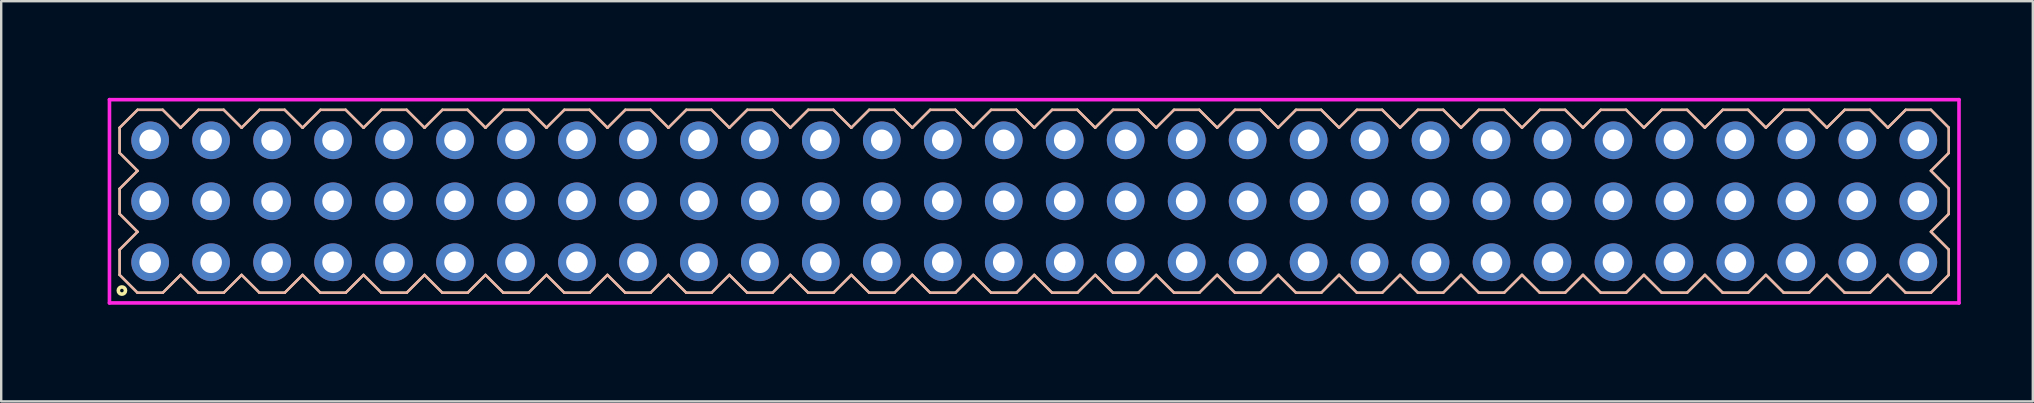
<source format=kicad_pcb>
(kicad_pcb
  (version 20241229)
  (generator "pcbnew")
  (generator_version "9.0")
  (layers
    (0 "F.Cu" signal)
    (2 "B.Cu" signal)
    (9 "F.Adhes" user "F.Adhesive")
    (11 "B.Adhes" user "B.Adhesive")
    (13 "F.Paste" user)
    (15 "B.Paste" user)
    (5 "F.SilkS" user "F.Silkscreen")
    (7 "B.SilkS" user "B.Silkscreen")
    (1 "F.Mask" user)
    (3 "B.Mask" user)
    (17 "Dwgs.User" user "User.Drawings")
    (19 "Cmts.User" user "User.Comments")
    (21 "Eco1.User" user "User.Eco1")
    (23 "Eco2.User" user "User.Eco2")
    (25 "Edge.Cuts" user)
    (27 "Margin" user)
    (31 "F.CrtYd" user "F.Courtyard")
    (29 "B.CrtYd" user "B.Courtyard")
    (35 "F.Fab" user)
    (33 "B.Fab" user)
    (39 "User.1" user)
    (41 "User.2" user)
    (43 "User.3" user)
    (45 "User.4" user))
  (footprint "HDR254P30x3"
    (layer "F.Cu")
    (at 40.035 5.336)
    (property "Reference" "HDR254P30x3" (at -39.275 0 90) (layer "User.1") (effects (font (size 1 1) (thickness 0.1))))
    (attr through_hole)
    (fp_line (start -38.1 -3.066) (end -37.356 -3.81) (stroke (width 0.1) (type solid)) (layer "F.SilkS"))
    (fp_line (start -38.1 -2.014) (end -38.1 -3.066) (stroke (width 0.1) (type solid)) (layer "F.SilkS"))
    (fp_line (start -38.1 -0.526) (end -37.356 -1.27) (stroke (width 0.1) (type solid)) (layer "F.SilkS"))
    (fp_line (start -38.1 0.526) (end -38.1 -0.526) (stroke (width 0.1) (type solid)) (layer "F.SilkS"))
    (fp_line (start -38.1 2.014) (end -37.356 1.27) (stroke (width 0.1) (type solid)) (layer "F.SilkS"))
    (fp_line (start -38.1 3.066) (end -38.1 2.014) (stroke (width 0.1) (type solid)) (layer "F.SilkS"))
    (fp_line (start -37.356 -3.81) (end -36.304 -3.81) (stroke (width 0.1) (type solid)) (layer "F.SilkS"))
    (fp_line (start -37.356 -1.27) (end -38.1 -2.014) (stroke (width 0.1) (type solid)) (layer "F.SilkS"))
    (fp_line (start -37.356 1.27) (end -38.1 0.526) (stroke (width 0.1) (type solid)) (layer "F.SilkS"))
    (fp_line (start -37.356 3.81) (end -38.1 3.066) (stroke (width 0.1) (type solid)) (layer "F.SilkS"))
    (fp_line (start -36.304 -3.81) (end -35.56 -3.066) (stroke (width 0.1) (type solid)) (layer "F.SilkS"))
    (fp_line (start -36.304 3.81) (end -37.356 3.81) (stroke (width 0.1) (type solid)) (layer "F.SilkS"))
    (fp_line (start -35.56 -3.066) (end -34.816 -3.81) (stroke (width 0.1) (type solid)) (layer "F.SilkS"))
    (fp_line (start -35.56 3.066) (end -36.304 3.81) (stroke (width 0.1) (type solid)) (layer "F.SilkS"))
    (fp_line (start -34.816 -3.81) (end -33.764 -3.81) (stroke (width 0.1) (type solid)) (layer "F.SilkS"))
    (fp_line (start -34.816 3.81) (end -35.56 3.066) (stroke (width 0.1) (type solid)) (layer "F.SilkS"))
    (fp_line (start -33.764 -3.81) (end -33.02 -3.066) (stroke (width 0.1) (type solid)) (layer "F.SilkS"))
    (fp_line (start -33.764 3.81) (end -34.816 3.81) (stroke (width 0.1) (type solid)) (layer "F.SilkS"))
    (fp_line (start -33.02 -3.066) (end -32.276 -3.81) (stroke (width 0.1) (type solid)) (layer "F.SilkS"))
    (fp_line (start -33.02 3.066) (end -33.764 3.81) (stroke (width 0.1) (type solid)) (layer "F.SilkS"))
    (fp_line (start -32.276 -3.81) (end -31.224 -3.81) (stroke (width 0.1) (type solid)) (layer "F.SilkS"))
    (fp_line (start -32.276 3.81) (end -33.02 3.066) (stroke (width 0.1) (type solid)) (layer "F.SilkS"))
    (fp_line (start -31.224 -3.81) (end -30.48 -3.066) (stroke (width 0.1) (type solid)) (layer "F.SilkS"))
    (fp_line (start -31.224 3.81) (end -32.276 3.81) (stroke (width 0.1) (type solid)) (layer "F.SilkS"))
    (fp_line (start -30.48 -3.066) (end -29.736 -3.81) (stroke (width 0.1) (type solid)) (layer "F.SilkS"))
    (fp_line (start -30.48 3.066) (end -31.224 3.81) (stroke (width 0.1) (type solid)) (layer "F.SilkS"))
    (fp_line (start -29.736 -3.81) (end -28.684 -3.81) (stroke (width 0.1) (type solid)) (layer "F.SilkS"))
    (fp_line (start -29.736 3.81) (end -30.48 3.066) (stroke (width 0.1) (type solid)) (layer "F.SilkS"))
    (fp_line (start -28.684 -3.81) (end -27.94 -3.066) (stroke (width 0.1) (type solid)) (layer "F.SilkS"))
    (fp_line (start -28.684 3.81) (end -29.736 3.81) (stroke (width 0.1) (type solid)) (layer "F.SilkS"))
    (fp_line (start -27.94 -3.066) (end -27.196 -3.81) (stroke (width 0.1) (type solid)) (layer "F.SilkS"))
    (fp_line (start -27.94 3.066) (end -28.684 3.81) (stroke (width 0.1) (type solid)) (layer "F.SilkS"))
    (fp_line (start -27.196 -3.81) (end -26.144 -3.81) (stroke (width 0.1) (type solid)) (layer "F.SilkS"))
    (fp_line (start -27.196 3.81) (end -27.94 3.066) (stroke (width 0.1) (type solid)) (layer "F.SilkS"))
    (fp_line (start -26.144 -3.81) (end -25.4 -3.066) (stroke (width 0.1) (type solid)) (layer "F.SilkS"))
    (fp_line (start -26.144 3.81) (end -27.196 3.81) (stroke (width 0.1) (type solid)) (layer "F.SilkS"))
    (fp_line (start -25.4 -3.066) (end -24.656 -3.81) (stroke (width 0.1) (type solid)) (layer "F.SilkS"))
    (fp_line (start -25.4 3.066) (end -26.144 3.81) (stroke (width 0.1) (type solid)) (layer "F.SilkS"))
    (fp_line (start -24.656 -3.81) (end -23.604 -3.81) (stroke (width 0.1) (type solid)) (layer "F.SilkS"))
    (fp_line (start -24.656 3.81) (end -25.4 3.066) (stroke (width 0.1) (type solid)) (layer "F.SilkS"))
    (fp_line (start -23.604 -3.81) (end -22.86 -3.066) (stroke (width 0.1) (type solid)) (layer "F.SilkS"))
    (fp_line (start -23.604 3.81) (end -24.656 3.81) (stroke (width 0.1) (type solid)) (layer "F.SilkS"))
    (fp_line (start -22.86 -3.066) (end -22.116 -3.81) (stroke (width 0.1) (type solid)) (layer "F.SilkS"))
    (fp_line (start -22.86 3.066) (end -23.604 3.81) (stroke (width 0.1) (type solid)) (layer "F.SilkS"))
    (fp_line (start -22.116 -3.81) (end -21.064 -3.81) (stroke (width 0.1) (type solid)) (layer "F.SilkS"))
    (fp_line (start -22.116 3.81) (end -22.86 3.066) (stroke (width 0.1) (type solid)) (layer "F.SilkS"))
    (fp_line (start -21.064 -3.81) (end -20.32 -3.066) (stroke (width 0.1) (type solid)) (layer "F.SilkS"))
    (fp_line (start -21.064 3.81) (end -22.116 3.81) (stroke (width 0.1) (type solid)) (layer "F.SilkS"))
    (fp_line (start -20.32 -3.066) (end -19.576 -3.81) (stroke (width 0.1) (type solid)) (layer "F.SilkS"))
    (fp_line (start -20.32 3.066) (end -21.064 3.81) (stroke (width 0.1) (type solid)) (layer "F.SilkS"))
    (fp_line (start -19.576 -3.81) (end -18.524 -3.81) (stroke (width 0.1) (type solid)) (layer "F.SilkS"))
    (fp_line (start -19.576 3.81) (end -20.32 3.066) (stroke (width 0.1) (type solid)) (layer "F.SilkS"))
    (fp_line (start -18.524 -3.81) (end -17.78 -3.066) (stroke (width 0.1) (type solid)) (layer "F.SilkS"))
    (fp_line (start -18.524 3.81) (end -19.576 3.81) (stroke (width 0.1) (type solid)) (layer "F.SilkS"))
    (fp_line (start -17.78 -3.066) (end -17.036 -3.81) (stroke (width 0.1) (type solid)) (layer "F.SilkS"))
    (fp_line (start -17.78 3.066) (end -18.524 3.81) (stroke (width 0.1) (type solid)) (layer "F.SilkS"))
    (fp_line (start -17.036 -3.81) (end -15.984 -3.81) (stroke (width 0.1) (type solid)) (layer "F.SilkS"))
    (fp_line (start -17.036 3.81) (end -17.78 3.066) (stroke (width 0.1) (type solid)) (layer "F.SilkS"))
    (fp_line (start -15.984 -3.81) (end -15.24 -3.066) (stroke (width 0.1) (type solid)) (layer "F.SilkS"))
    (fp_line (start -15.984 3.81) (end -17.036 3.81) (stroke (width 0.1) (type solid)) (layer "F.SilkS"))
    (fp_line (start -15.24 -3.066) (end -14.496 -3.81) (stroke (width 0.1) (type solid)) (layer "F.SilkS"))
    (fp_line (start -15.24 3.066) (end -15.984 3.81) (stroke (width 0.1) (type solid)) (layer "F.SilkS"))
    (fp_line (start -14.496 -3.81) (end -13.444 -3.81) (stroke (width 0.1) (type solid)) (layer "F.SilkS"))
    (fp_line (start -14.496 3.81) (end -15.24 3.066) (stroke (width 0.1) (type solid)) (layer "F.SilkS"))
    (fp_line (start -13.444 -3.81) (end -12.7 -3.066) (stroke (width 0.1) (type solid)) (layer "F.SilkS"))
    (fp_line (start -13.444 3.81) (end -14.496 3.81) (stroke (width 0.1) (type solid)) (layer "F.SilkS"))
    (fp_line (start -12.7 -3.066) (end -11.956 -3.81) (stroke (width 0.1) (type solid)) (layer "F.SilkS"))
    (fp_line (start -12.7 3.066) (end -13.444 3.81) (stroke (width 0.1) (type solid)) (layer "F.SilkS"))
    (fp_line (start -11.956 -3.81) (end -10.904 -3.81) (stroke (width 0.1) (type solid)) (layer "F.SilkS"))
    (fp_line (start -11.956 3.81) (end -12.7 3.066) (stroke (width 0.1) (type solid)) (layer "F.SilkS"))
    (fp_line (start -10.904 -3.81) (end -10.16 -3.066) (stroke (width 0.1) (type solid)) (layer "F.SilkS"))
    (fp_line (start -10.904 3.81) (end -11.956 3.81) (stroke (width 0.1) (type solid)) (layer "F.SilkS"))
    (fp_line (start -10.16 -3.066) (end -9.416 -3.81) (stroke (width 0.1) (type solid)) (layer "F.SilkS"))
    (fp_line (start -10.16 3.066) (end -10.904 3.81) (stroke (width 0.1) (type solid)) (layer "F.SilkS"))
    (fp_line (start -9.416 -3.81) (end -8.364 -3.81) (stroke (width 0.1) (type solid)) (layer "F.SilkS"))
    (fp_line (start -9.416 3.81) (end -10.16 3.066) (stroke (width 0.1) (type solid)) (layer "F.SilkS"))
    (fp_line (start -8.364 -3.81) (end -7.62 -3.066) (stroke (width 0.1) (type solid)) (layer "F.SilkS"))
    (fp_line (start -8.364 3.81) (end -9.416 3.81) (stroke (width 0.1) (type solid)) (layer "F.SilkS"))
    (fp_line (start -7.62 -3.066) (end -6.876 -3.81) (stroke (width 0.1) (type solid)) (layer "F.SilkS"))
    (fp_line (start -7.62 3.066) (end -8.364 3.81) (stroke (width 0.1) (type solid)) (layer "F.SilkS"))
    (fp_line (start -6.876 -3.81) (end -5.824 -3.81) (stroke (width 0.1) (type solid)) (layer "F.SilkS"))
    (fp_line (start -6.876 3.81) (end -7.62 3.066) (stroke (width 0.1) (type solid)) (layer "F.SilkS"))
    (fp_line (start -5.824 -3.81) (end -5.08 -3.066) (stroke (width 0.1) (type solid)) (layer "F.SilkS"))
    (fp_line (start -5.824 3.81) (end -6.876 3.81) (stroke (width 0.1) (type solid)) (layer "F.SilkS"))
    (fp_line (start -5.08 -3.066) (end -4.336 -3.81) (stroke (width 0.1) (type solid)) (layer "F.SilkS"))
    (fp_line (start -5.08 3.066) (end -5.824 3.81) (stroke (width 0.1) (type solid)) (layer "F.SilkS"))
    (fp_line (start -4.336 -3.81) (end -3.284 -3.81) (stroke (width 0.1) (type solid)) (layer "F.SilkS"))
    (fp_line (start -4.336 3.81) (end -5.08 3.066) (stroke (width 0.1) (type solid)) (layer "F.SilkS"))
    (fp_line (start -3.284 -3.81) (end -2.54 -3.066) (stroke (width 0.1) (type solid)) (layer "F.SilkS"))
    (fp_line (start -3.284 3.81) (end -4.336 3.81) (stroke (width 0.1) (type solid)) (layer "F.SilkS"))
    (fp_line (start -2.54 -3.066) (end -1.796 -3.81) (stroke (width 0.1) (type solid)) (layer "F.SilkS"))
    (fp_line (start -2.54 3.066) (end -3.284 3.81) (stroke (width 0.1) (type solid)) (layer "F.SilkS"))
    (fp_line (start -1.796 -3.81) (end -0.744 -3.81) (stroke (width 0.1) (type solid)) (layer "F.SilkS"))
    (fp_line (start -1.796 3.81) (end -2.54 3.066) (stroke (width 0.1) (type solid)) (layer "F.SilkS"))
    (fp_line (start -0.744 -3.81) (end 0 -3.066) (stroke (width 0.1) (type solid)) (layer "F.SilkS"))
    (fp_line (start -0.744 3.81) (end -1.796 3.81) (stroke (width 0.1) (type solid)) (layer "F.SilkS"))
    (fp_line (start 0 -3.066) (end 0.744 -3.81) (stroke (width 0.1) (type solid)) (layer "F.SilkS"))
    (fp_line (start 0 3.066) (end -0.744 3.81) (stroke (width 0.1) (type solid)) (layer "F.SilkS"))
    (fp_line (start 0.744 -3.81) (end 1.796 -3.81) (stroke (width 0.1) (type solid)) (layer "F.SilkS"))
    (fp_line (start 0.744 3.81) (end 0 3.066) (stroke (width 0.1) (type solid)) (layer "F.SilkS"))
    (fp_line (start 1.796 -3.81) (end 2.54 -3.066) (stroke (width 0.1) (type solid)) (layer "F.SilkS"))
    (fp_line (start 1.796 3.81) (end 0.744 3.81) (stroke (width 0.1) (type solid)) (layer "F.SilkS"))
    (fp_line (start 2.54 -3.066) (end 3.284 -3.81) (stroke (width 0.1) (type solid)) (layer "F.SilkS"))
    (fp_line (start 2.54 3.066) (end 1.796 3.81) (stroke (width 0.1) (type solid)) (layer "F.SilkS"))
    (fp_line (start 3.284 -3.81) (end 4.336 -3.81) (stroke (width 0.1) (type solid)) (layer "F.SilkS"))
    (fp_line (start 3.284 3.81) (end 2.54 3.066) (stroke (width 0.1) (type solid)) (layer "F.SilkS"))
    (fp_line (start 4.336 -3.81) (end 5.08 -3.066) (stroke (width 0.1) (type solid)) (layer "F.SilkS"))
    (fp_line (start 4.336 3.81) (end 3.284 3.81) (stroke (width 0.1) (type solid)) (layer "F.SilkS"))
    (fp_line (start 5.08 -3.066) (end 5.824 -3.81) (stroke (width 0.1) (type solid)) (layer "F.SilkS"))
    (fp_line (start 5.08 3.066) (end 4.336 3.81) (stroke (width 0.1) (type solid)) (layer "F.SilkS"))
    (fp_line (start 5.824 -3.81) (end 6.876 -3.81) (stroke (width 0.1) (type solid)) (layer "F.SilkS"))
    (fp_line (start 5.824 3.81) (end 5.08 3.066) (stroke (width 0.1) (type solid)) (layer "F.SilkS"))
    (fp_line (start 6.876 -3.81) (end 7.62 -3.066) (stroke (width 0.1) (type solid)) (layer "F.SilkS"))
    (fp_line (start 6.876 3.81) (end 5.824 3.81) (stroke (width 0.1) (type solid)) (layer "F.SilkS"))
    (fp_line (start 7.62 -3.066) (end 8.364 -3.81) (stroke (width 0.1) (type solid)) (layer "F.SilkS"))
    (fp_line (start 7.62 3.066) (end 6.876 3.81) (stroke (width 0.1) (type solid)) (layer "F.SilkS"))
    (fp_line (start 8.364 -3.81) (end 9.416 -3.81) (stroke (width 0.1) (type solid)) (layer "F.SilkS"))
    (fp_line (start 8.364 3.81) (end 7.62 3.066) (stroke (width 0.1) (type solid)) (layer "F.SilkS"))
    (fp_line (start 9.416 -3.81) (end 10.16 -3.066) (stroke (width 0.1) (type solid)) (layer "F.SilkS"))
    (fp_line (start 9.416 3.81) (end 8.364 3.81) (stroke (width 0.1) (type solid)) (layer "F.SilkS"))
    (fp_line (start 10.16 -3.066) (end 10.904 -3.81) (stroke (width 0.1) (type solid)) (layer "F.SilkS"))
    (fp_line (start 10.16 3.066) (end 9.416 3.81) (stroke (width 0.1) (type solid)) (layer "F.SilkS"))
    (fp_line (start 10.904 -3.81) (end 11.956 -3.81) (stroke (width 0.1) (type solid)) (layer "F.SilkS"))
    (fp_line (start 10.904 3.81) (end 10.16 3.066) (stroke (width 0.1) (type solid)) (layer "F.SilkS"))
    (fp_line (start 11.956 -3.81) (end 12.7 -3.066) (stroke (width 0.1) (type solid)) (layer "F.SilkS"))
    (fp_line (start 11.956 3.81) (end 10.904 3.81) (stroke (width 0.1) (type solid)) (layer "F.SilkS"))
    (fp_line (start 12.7 -3.066) (end 13.444 -3.81) (stroke (width 0.1) (type solid)) (layer "F.SilkS"))
    (fp_line (start 12.7 3.066) (end 11.956 3.81) (stroke (width 0.1) (type solid)) (layer "F.SilkS"))
    (fp_line (start 13.444 -3.81) (end 14.496 -3.81) (stroke (width 0.1) (type solid)) (layer "F.SilkS"))
    (fp_line (start 13.444 3.81) (end 12.7 3.066) (stroke (width 0.1) (type solid)) (layer "F.SilkS"))
    (fp_line (start 14.496 -3.81) (end 15.24 -3.066) (stroke (width 0.1) (type solid)) (layer "F.SilkS"))
    (fp_line (start 14.496 3.81) (end 13.444 3.81) (stroke (width 0.1) (type solid)) (layer "F.SilkS"))
    (fp_line (start 15.24 -3.066) (end 15.984 -3.81) (stroke (width 0.1) (type solid)) (layer "F.SilkS"))
    (fp_line (start 15.24 3.066) (end 14.496 3.81) (stroke (width 0.1) (type solid)) (layer "F.SilkS"))
    (fp_line (start 15.984 -3.81) (end 17.036 -3.81) (stroke (width 0.1) (type solid)) (layer "F.SilkS"))
    (fp_line (start 15.984 3.81) (end 15.24 3.066) (stroke (width 0.1) (type solid)) (layer "F.SilkS"))
    (fp_line (start 17.036 -3.81) (end 17.78 -3.066) (stroke (width 0.1) (type solid)) (layer "F.SilkS"))
    (fp_line (start 17.036 3.81) (end 15.984 3.81) (stroke (width 0.1) (type solid)) (layer "F.SilkS"))
    (fp_line (start 17.78 -3.066) (end 18.524 -3.81) (stroke (width 0.1) (type solid)) (layer "F.SilkS"))
    (fp_line (start 17.78 3.066) (end 17.036 3.81) (stroke (width 0.1) (type solid)) (layer "F.SilkS"))
    (fp_line (start 18.524 -3.81) (end 19.576 -3.81) (stroke (width 0.1) (type solid)) (layer "F.SilkS"))
    (fp_line (start 18.524 3.81) (end 17.78 3.066) (stroke (width 0.1) (type solid)) (layer "F.SilkS"))
    (fp_line (start 19.576 -3.81) (end 20.32 -3.066) (stroke (width 0.1) (type solid)) (layer "F.SilkS"))
    (fp_line (start 19.576 3.81) (end 18.524 3.81) (stroke (width 0.1) (type solid)) (layer "F.SilkS"))
    (fp_line (start 20.32 -3.066) (end 21.064 -3.81) (stroke (width 0.1) (type solid)) (layer "F.SilkS"))
    (fp_line (start 20.32 3.066) (end 19.576 3.81) (stroke (width 0.1) (type solid)) (layer "F.SilkS"))
    (fp_line (start 21.064 -3.81) (end 22.116 -3.81) (stroke (width 0.1) (type solid)) (layer "F.SilkS"))
    (fp_line (start 21.064 3.81) (end 20.32 3.066) (stroke (width 0.1) (type solid)) (layer "F.SilkS"))
    (fp_line (start 22.116 -3.81) (end 22.86 -3.066) (stroke (width 0.1) (type solid)) (layer "F.SilkS"))
    (fp_line (start 22.116 3.81) (end 21.064 3.81) (stroke (width 0.1) (type solid)) (layer "F.SilkS"))
    (fp_line (start 22.86 -3.066) (end 23.604 -3.81) (stroke (width 0.1) (type solid)) (layer "F.SilkS"))
    (fp_line (start 22.86 3.066) (end 22.116 3.81) (stroke (width 0.1) (type solid)) (layer "F.SilkS"))
    (fp_line (start 23.604 -3.81) (end 24.656 -3.81) (stroke (width 0.1) (type solid)) (layer "F.SilkS"))
    (fp_line (start 23.604 3.81) (end 22.86 3.066) (stroke (width 0.1) (type solid)) (layer "F.SilkS"))
    (fp_line (start 24.656 -3.81) (end 25.4 -3.066) (stroke (width 0.1) (type solid)) (layer "F.SilkS"))
    (fp_line (start 24.656 3.81) (end 23.604 3.81) (stroke (width 0.1) (type solid)) (layer "F.SilkS"))
    (fp_line (start 25.4 -3.066) (end 26.144 -3.81) (stroke (width 0.1) (type solid)) (layer "F.SilkS"))
    (fp_line (start 25.4 3.066) (end 24.656 3.81) (stroke (width 0.1) (type solid)) (layer "F.SilkS"))
    (fp_line (start 26.144 -3.81) (end 27.196 -3.81) (stroke (width 0.1) (type solid)) (layer "F.SilkS"))
    (fp_line (start 26.144 3.81) (end 25.4 3.066) (stroke (width 0.1) (type solid)) (layer "F.SilkS"))
    (fp_line (start 27.196 -3.81) (end 27.94 -3.066) (stroke (width 0.1) (type solid)) (layer "F.SilkS"))
    (fp_line (start 27.196 3.81) (end 26.144 3.81) (stroke (width 0.1) (type solid)) (layer "F.SilkS"))
    (fp_line (start 27.94 -3.066) (end 28.684 -3.81) (stroke (width 0.1) (type solid)) (layer "F.SilkS"))
    (fp_line (start 27.94 3.066) (end 27.196 3.81) (stroke (width 0.1) (type solid)) (layer "F.SilkS"))
    (fp_line (start 28.684 -3.81) (end 29.736 -3.81) (stroke (width 0.1) (type solid)) (layer "F.SilkS"))
    (fp_line (start 28.684 3.81) (end 27.94 3.066) (stroke (width 0.1) (type solid)) (layer "F.SilkS"))
    (fp_line (start 29.736 -3.81) (end 30.48 -3.066) (stroke (width 0.1) (type solid)) (layer "F.SilkS"))
    (fp_line (start 29.736 3.81) (end 28.684 3.81) (stroke (width 0.1) (type solid)) (layer "F.SilkS"))
    (fp_line (start 30.48 -3.066) (end 31.224 -3.81) (stroke (width 0.1) (type solid)) (layer "F.SilkS"))
    (fp_line (start 30.48 3.066) (end 29.736 3.81) (stroke (width 0.1) (type solid)) (layer "F.SilkS"))
    (fp_line (start 31.224 -3.81) (end 32.276 -3.81) (stroke (width 0.1) (type solid)) (layer "F.SilkS"))
    (fp_line (start 31.224 3.81) (end 30.48 3.066) (stroke (width 0.1) (type solid)) (layer "F.SilkS"))
    (fp_line (start 32.276 -3.81) (end 33.02 -3.066) (stroke (width 0.1) (type solid)) (layer "F.SilkS"))
    (fp_line (start 32.276 3.81) (end 31.224 3.81) (stroke (width 0.1) (type solid)) (layer "F.SilkS"))
    (fp_line (start 33.02 -3.066) (end 33.764 -3.81) (stroke (width 0.1) (type solid)) (layer "F.SilkS"))
    (fp_line (start 33.02 3.066) (end 32.276 3.81) (stroke (width 0.1) (type solid)) (layer "F.SilkS"))
    (fp_line (start 33.764 -3.81) (end 34.816 -3.81) (stroke (width 0.1) (type solid)) (layer "F.SilkS"))
    (fp_line (start 33.764 3.81) (end 33.02 3.066) (stroke (width 0.1) (type solid)) (layer "F.SilkS"))
    (fp_line (start 34.816 -3.81) (end 35.56 -3.066) (stroke (width 0.1) (type solid)) (layer "F.SilkS"))
    (fp_line (start 34.816 3.81) (end 33.764 3.81) (stroke (width 0.1) (type solid)) (layer "F.SilkS"))
    (fp_line (start 35.56 -3.066) (end 36.304 -3.81) (stroke (width 0.1) (type solid)) (layer "F.SilkS"))
    (fp_line (start 35.56 3.066) (end 34.816 3.81) (stroke (width 0.1) (type solid)) (layer "F.SilkS"))
    (fp_line (start 36.304 -3.81) (end 37.356 -3.81) (stroke (width 0.1) (type solid)) (layer "F.SilkS"))
    (fp_line (start 36.304 3.81) (end 35.56 3.066) (stroke (width 0.1) (type solid)) (layer "F.SilkS"))
    (fp_line (start 37.356 -3.81) (end 38.1 -3.066) (stroke (width 0.1) (type solid)) (layer "F.SilkS"))
    (fp_line (start 37.356 -1.27) (end 38.1 -0.526) (stroke (width 0.1) (type solid)) (layer "F.SilkS"))
    (fp_line (start 37.356 1.27) (end 38.1 2.014) (stroke (width 0.1) (type solid)) (layer "F.SilkS"))
    (fp_line (start 37.356 3.81) (end 36.304 3.81) (stroke (width 0.1) (type solid)) (layer "F.SilkS"))
    (fp_line (start 38.1 -3.066) (end 38.1 -2.014) (stroke (width 0.1) (type solid)) (layer "F.SilkS"))
    (fp_line (start 38.1 -2.014) (end 37.356 -1.27) (stroke (width 0.1) (type solid)) (layer "F.SilkS"))
    (fp_line (start 38.1 -0.526) (end 38.1 0.526) (stroke (width 0.1) (type solid)) (layer "F.SilkS"))
    (fp_line (start 38.1 0.526) (end 37.356 1.27) (stroke (width 0.1) (type solid)) (layer "F.SilkS"))
    (fp_line (start 38.1 2.014) (end 38.1 3.066) (stroke (width 0.1) (type solid)) (layer "F.SilkS"))
    (fp_line (start 38.1 3.066) (end 37.356 3.81) (stroke (width 0.1) (type solid)) (layer "F.SilkS"))
    (fp_circle (center -38.007 3.718) (end -37.857 3.718) (stroke (width 0.15) (type solid)) (fill no) (layer "F.SilkS"))
    (fp_line (start -38.1 -3.066) (end -37.356 -3.81) (stroke (width 0.1) (type solid)) (layer "B.SilkS"))
    (fp_line (start -38.1 -2.014) (end -38.1 -3.066) (stroke (width 0.1) (type solid)) (layer "B.SilkS"))
    (fp_line (start -38.1 -0.526) (end -37.356 -1.27) (stroke (width 0.1) (type solid)) (layer "B.SilkS"))
    (fp_line (start -38.1 0.526) (end -38.1 -0.526) (stroke (width 0.1) (type solid)) (layer "B.SilkS"))
    (fp_line (start -38.1 2.014) (end -37.356 1.27) (stroke (width 0.1) (type solid)) (layer "B.SilkS"))
    (fp_line (start -38.1 3.066) (end -38.1 2.014) (stroke (width 0.1) (type solid)) (layer "B.SilkS"))
    (fp_line (start -37.356 -3.81) (end -36.304 -3.81) (stroke (width 0.1) (type solid)) (layer "B.SilkS"))
    (fp_line (start -37.356 -1.27) (end -38.1 -2.014) (stroke (width 0.1) (type solid)) (layer "B.SilkS"))
    (fp_line (start -37.356 1.27) (end -38.1 0.526) (stroke (width 0.1) (type solid)) (layer "B.SilkS"))
    (fp_line (start -37.356 3.81) (end -38.1 3.066) (stroke (width 0.1) (type solid)) (layer "B.SilkS"))
    (fp_line (start -36.304 -3.81) (end -35.56 -3.066) (stroke (width 0.1) (type solid)) (layer "B.SilkS"))
    (fp_line (start -36.304 3.81) (end -37.356 3.81) (stroke (width 0.1) (type solid)) (layer "B.SilkS"))
    (fp_line (start -35.56 -3.066) (end -34.816 -3.81) (stroke (width 0.1) (type solid)) (layer "B.SilkS"))
    (fp_line (start -35.56 3.066) (end -36.304 3.81) (stroke (width 0.1) (type solid)) (layer "B.SilkS"))
    (fp_line (start -34.816 -3.81) (end -33.764 -3.81) (stroke (width 0.1) (type solid)) (layer "B.SilkS"))
    (fp_line (start -34.816 3.81) (end -35.56 3.066) (stroke (width 0.1) (type solid)) (layer "B.SilkS"))
    (fp_line (start -33.764 -3.81) (end -33.02 -3.066) (stroke (width 0.1) (type solid)) (layer "B.SilkS"))
    (fp_line (start -33.764 3.81) (end -34.816 3.81) (stroke (width 0.1) (type solid)) (layer "B.SilkS"))
    (fp_line (start -33.02 -3.066) (end -32.276 -3.81) (stroke (width 0.1) (type solid)) (layer "B.SilkS"))
    (fp_line (start -33.02 3.066) (end -33.764 3.81) (stroke (width 0.1) (type solid)) (layer "B.SilkS"))
    (fp_line (start -32.276 -3.81) (end -31.224 -3.81) (stroke (width 0.1) (type solid)) (layer "B.SilkS"))
    (fp_line (start -32.276 3.81) (end -33.02 3.066) (stroke (width 0.1) (type solid)) (layer "B.SilkS"))
    (fp_line (start -31.224 -3.81) (end -30.48 -3.066) (stroke (width 0.1) (type solid)) (layer "B.SilkS"))
    (fp_line (start -31.224 3.81) (end -32.276 3.81) (stroke (width 0.1) (type solid)) (layer "B.SilkS"))
    (fp_line (start -30.48 -3.066) (end -29.736 -3.81) (stroke (width 0.1) (type solid)) (layer "B.SilkS"))
    (fp_line (start -30.48 3.066) (end -31.224 3.81) (stroke (width 0.1) (type solid)) (layer "B.SilkS"))
    (fp_line (start -29.736 -3.81) (end -28.684 -3.81) (stroke (width 0.1) (type solid)) (layer "B.SilkS"))
    (fp_line (start -29.736 3.81) (end -30.48 3.066) (stroke (width 0.1) (type solid)) (layer "B.SilkS"))
    (fp_line (start -28.684 -3.81) (end -27.94 -3.066) (stroke (width 0.1) (type solid)) (layer "B.SilkS"))
    (fp_line (start -28.684 3.81) (end -29.736 3.81) (stroke (width 0.1) (type solid)) (layer "B.SilkS"))
    (fp_line (start -27.94 -3.066) (end -27.196 -3.81) (stroke (width 0.1) (type solid)) (layer "B.SilkS"))
    (fp_line (start -27.94 3.066) (end -28.684 3.81) (stroke (width 0.1) (type solid)) (layer "B.SilkS"))
    (fp_line (start -27.196 -3.81) (end -26.144 -3.81) (stroke (width 0.1) (type solid)) (layer "B.SilkS"))
    (fp_line (start -27.196 3.81) (end -27.94 3.066) (stroke (width 0.1) (type solid)) (layer "B.SilkS"))
    (fp_line (start -26.144 -3.81) (end -25.4 -3.066) (stroke (width 0.1) (type solid)) (layer "B.SilkS"))
    (fp_line (start -26.144 3.81) (end -27.196 3.81) (stroke (width 0.1) (type solid)) (layer "B.SilkS"))
    (fp_line (start -25.4 -3.066) (end -24.656 -3.81) (stroke (width 0.1) (type solid)) (layer "B.SilkS"))
    (fp_line (start -25.4 3.066) (end -26.144 3.81) (stroke (width 0.1) (type solid)) (layer "B.SilkS"))
    (fp_line (start -24.656 -3.81) (end -23.604 -3.81) (stroke (width 0.1) (type solid)) (layer "B.SilkS"))
    (fp_line (start -24.656 3.81) (end -25.4 3.066) (stroke (width 0.1) (type solid)) (layer "B.SilkS"))
    (fp_line (start -23.604 -3.81) (end -22.86 -3.066) (stroke (width 0.1) (type solid)) (layer "B.SilkS"))
    (fp_line (start -23.604 3.81) (end -24.656 3.81) (stroke (width 0.1) (type solid)) (layer "B.SilkS"))
    (fp_line (start -22.86 -3.066) (end -22.116 -3.81) (stroke (width 0.1) (type solid)) (layer "B.SilkS"))
    (fp_line (start -22.86 3.066) (end -23.604 3.81) (stroke (width 0.1) (type solid)) (layer "B.SilkS"))
    (fp_line (start -22.116 -3.81) (end -21.064 -3.81) (stroke (width 0.1) (type solid)) (layer "B.SilkS"))
    (fp_line (start -22.116 3.81) (end -22.86 3.066) (stroke (width 0.1) (type solid)) (layer "B.SilkS"))
    (fp_line (start -21.064 -3.81) (end -20.32 -3.066) (stroke (width 0.1) (type solid)) (layer "B.SilkS"))
    (fp_line (start -21.064 3.81) (end -22.116 3.81) (stroke (width 0.1) (type solid)) (layer "B.SilkS"))
    (fp_line (start -20.32 -3.066) (end -19.576 -3.81) (stroke (width 0.1) (type solid)) (layer "B.SilkS"))
    (fp_line (start -20.32 3.066) (end -21.064 3.81) (stroke (width 0.1) (type solid)) (layer "B.SilkS"))
    (fp_line (start -19.576 -3.81) (end -18.524 -3.81) (stroke (width 0.1) (type solid)) (layer "B.SilkS"))
    (fp_line (start -19.576 3.81) (end -20.32 3.066) (stroke (width 0.1) (type solid)) (layer "B.SilkS"))
    (fp_line (start -18.524 -3.81) (end -17.78 -3.066) (stroke (width 0.1) (type solid)) (layer "B.SilkS"))
    (fp_line (start -18.524 3.81) (end -19.576 3.81) (stroke (width 0.1) (type solid)) (layer "B.SilkS"))
    (fp_line (start -17.78 -3.066) (end -17.036 -3.81) (stroke (width 0.1) (type solid)) (layer "B.SilkS"))
    (fp_line (start -17.78 3.066) (end -18.524 3.81) (stroke (width 0.1) (type solid)) (layer "B.SilkS"))
    (fp_line (start -17.036 -3.81) (end -15.984 -3.81) (stroke (width 0.1) (type solid)) (layer "B.SilkS"))
    (fp_line (start -17.036 3.81) (end -17.78 3.066) (stroke (width 0.1) (type solid)) (layer "B.SilkS"))
    (fp_line (start -15.984 -3.81) (end -15.24 -3.066) (stroke (width 0.1) (type solid)) (layer "B.SilkS"))
    (fp_line (start -15.984 3.81) (end -17.036 3.81) (stroke (width 0.1) (type solid)) (layer "B.SilkS"))
    (fp_line (start -15.24 -3.066) (end -14.496 -3.81) (stroke (width 0.1) (type solid)) (layer "B.SilkS"))
    (fp_line (start -15.24 3.066) (end -15.984 3.81) (stroke (width 0.1) (type solid)) (layer "B.SilkS"))
    (fp_line (start -14.496 -3.81) (end -13.444 -3.81) (stroke (width 0.1) (type solid)) (layer "B.SilkS"))
    (fp_line (start -14.496 3.81) (end -15.24 3.066) (stroke (width 0.1) (type solid)) (layer "B.SilkS"))
    (fp_line (start -13.444 -3.81) (end -12.7 -3.066) (stroke (width 0.1) (type solid)) (layer "B.SilkS"))
    (fp_line (start -13.444 3.81) (end -14.496 3.81) (stroke (width 0.1) (type solid)) (layer "B.SilkS"))
    (fp_line (start -12.7 -3.066) (end -11.956 -3.81) (stroke (width 0.1) (type solid)) (layer "B.SilkS"))
    (fp_line (start -12.7 3.066) (end -13.444 3.81) (stroke (width 0.1) (type solid)) (layer "B.SilkS"))
    (fp_line (start -11.956 -3.81) (end -10.904 -3.81) (stroke (width 0.1) (type solid)) (layer "B.SilkS"))
    (fp_line (start -11.956 3.81) (end -12.7 3.066) (stroke (width 0.1) (type solid)) (layer "B.SilkS"))
    (fp_line (start -10.904 -3.81) (end -10.16 -3.066) (stroke (width 0.1) (type solid)) (layer "B.SilkS"))
    (fp_line (start -10.904 3.81) (end -11.956 3.81) (stroke (width 0.1) (type solid)) (layer "B.SilkS"))
    (fp_line (start -10.16 -3.066) (end -9.416 -3.81) (stroke (width 0.1) (type solid)) (layer "B.SilkS"))
    (fp_line (start -10.16 3.066) (end -10.904 3.81) (stroke (width 0.1) (type solid)) (layer "B.SilkS"))
    (fp_line (start -9.416 -3.81) (end -8.364 -3.81) (stroke (width 0.1) (type solid)) (layer "B.SilkS"))
    (fp_line (start -9.416 3.81) (end -10.16 3.066) (stroke (width 0.1) (type solid)) (layer "B.SilkS"))
    (fp_line (start -8.364 -3.81) (end -7.62 -3.066) (stroke (width 0.1) (type solid)) (layer "B.SilkS"))
    (fp_line (start -8.364 3.81) (end -9.416 3.81) (stroke (width 0.1) (type solid)) (layer "B.SilkS"))
    (fp_line (start -7.62 -3.066) (end -6.876 -3.81) (stroke (width 0.1) (type solid)) (layer "B.SilkS"))
    (fp_line (start -7.62 3.066) (end -8.364 3.81) (stroke (width 0.1) (type solid)) (layer "B.SilkS"))
    (fp_line (start -6.876 -3.81) (end -5.824 -3.81) (stroke (width 0.1) (type solid)) (layer "B.SilkS"))
    (fp_line (start -6.876 3.81) (end -7.62 3.066) (stroke (width 0.1) (type solid)) (layer "B.SilkS"))
    (fp_line (start -5.824 -3.81) (end -5.08 -3.066) (stroke (width 0.1) (type solid)) (layer "B.SilkS"))
    (fp_line (start -5.824 3.81) (end -6.876 3.81) (stroke (width 0.1) (type solid)) (layer "B.SilkS"))
    (fp_line (start -5.08 -3.066) (end -4.336 -3.81) (stroke (width 0.1) (type solid)) (layer "B.SilkS"))
    (fp_line (start -5.08 3.066) (end -5.824 3.81) (stroke (width 0.1) (type solid)) (layer "B.SilkS"))
    (fp_line (start -4.336 -3.81) (end -3.284 -3.81) (stroke (width 0.1) (type solid)) (layer "B.SilkS"))
    (fp_line (start -4.336 3.81) (end -5.08 3.066) (stroke (width 0.1) (type solid)) (layer "B.SilkS"))
    (fp_line (start -3.284 -3.81) (end -2.54 -3.066) (stroke (width 0.1) (type solid)) (layer "B.SilkS"))
    (fp_line (start -3.284 3.81) (end -4.336 3.81) (stroke (width 0.1) (type solid)) (layer "B.SilkS"))
    (fp_line (start -2.54 -3.066) (end -1.796 -3.81) (stroke (width 0.1) (type solid)) (layer "B.SilkS"))
    (fp_line (start -2.54 3.066) (end -3.284 3.81) (stroke (width 0.1) (type solid)) (layer "B.SilkS"))
    (fp_line (start -1.796 -3.81) (end -0.744 -3.81) (stroke (width 0.1) (type solid)) (layer "B.SilkS"))
    (fp_line (start -1.796 3.81) (end -2.54 3.066) (stroke (width 0.1) (type solid)) (layer "B.SilkS"))
    (fp_line (start -0.744 -3.81) (end 0 -3.066) (stroke (width 0.1) (type solid)) (layer "B.SilkS"))
    (fp_line (start -0.744 3.81) (end -1.796 3.81) (stroke (width 0.1) (type solid)) (layer "B.SilkS"))
    (fp_line (start 0 -3.066) (end 0.744 -3.81) (stroke (width 0.1) (type solid)) (layer "B.SilkS"))
    (fp_line (start 0 3.066) (end -0.744 3.81) (stroke (width 0.1) (type solid)) (layer "B.SilkS"))
    (fp_line (start 0.744 -3.81) (end 1.796 -3.81) (stroke (width 0.1) (type solid)) (layer "B.SilkS"))
    (fp_line (start 0.744 3.81) (end 0 3.066) (stroke (width 0.1) (type solid)) (layer "B.SilkS"))
    (fp_line (start 1.796 -3.81) (end 2.54 -3.066) (stroke (width 0.1) (type solid)) (layer "B.SilkS"))
    (fp_line (start 1.796 3.81) (end 0.744 3.81) (stroke (width 0.1) (type solid)) (layer "B.SilkS"))
    (fp_line (start 2.54 -3.066) (end 3.284 -3.81) (stroke (width 0.1) (type solid)) (layer "B.SilkS"))
    (fp_line (start 2.54 3.066) (end 1.796 3.81) (stroke (width 0.1) (type solid)) (layer "B.SilkS"))
    (fp_line (start 3.284 -3.81) (end 4.336 -3.81) (stroke (width 0.1) (type solid)) (layer "B.SilkS"))
    (fp_line (start 3.284 3.81) (end 2.54 3.066) (stroke (width 0.1) (type solid)) (layer "B.SilkS"))
    (fp_line (start 4.336 -3.81) (end 5.08 -3.066) (stroke (width 0.1) (type solid)) (layer "B.SilkS"))
    (fp_line (start 4.336 3.81) (end 3.284 3.81) (stroke (width 0.1) (type solid)) (layer "B.SilkS"))
    (fp_line (start 5.08 -3.066) (end 5.824 -3.81) (stroke (width 0.1) (type solid)) (layer "B.SilkS"))
    (fp_line (start 5.08 3.066) (end 4.336 3.81) (stroke (width 0.1) (type solid)) (layer "B.SilkS"))
    (fp_line (start 5.824 -3.81) (end 6.876 -3.81) (stroke (width 0.1) (type solid)) (layer "B.SilkS"))
    (fp_line (start 5.824 3.81) (end 5.08 3.066) (stroke (width 0.1) (type solid)) (layer "B.SilkS"))
    (fp_line (start 6.876 -3.81) (end 7.62 -3.066) (stroke (width 0.1) (type solid)) (layer "B.SilkS"))
    (fp_line (start 6.876 3.81) (end 5.824 3.81) (stroke (width 0.1) (type solid)) (layer "B.SilkS"))
    (fp_line (start 7.62 -3.066) (end 8.364 -3.81) (stroke (width 0.1) (type solid)) (layer "B.SilkS"))
    (fp_line (start 7.62 3.066) (end 6.876 3.81) (stroke (width 0.1) (type solid)) (layer "B.SilkS"))
    (fp_line (start 8.364 -3.81) (end 9.416 -3.81) (stroke (width 0.1) (type solid)) (layer "B.SilkS"))
    (fp_line (start 8.364 3.81) (end 7.62 3.066) (stroke (width 0.1) (type solid)) (layer "B.SilkS"))
    (fp_line (start 9.416 -3.81) (end 10.16 -3.066) (stroke (width 0.1) (type solid)) (layer "B.SilkS"))
    (fp_line (start 9.416 3.81) (end 8.364 3.81) (stroke (width 0.1) (type solid)) (layer "B.SilkS"))
    (fp_line (start 10.16 -3.066) (end 10.904 -3.81) (stroke (width 0.1) (type solid)) (layer "B.SilkS"))
    (fp_line (start 10.16 3.066) (end 9.416 3.81) (stroke (width 0.1) (type solid)) (layer "B.SilkS"))
    (fp_line (start 10.904 -3.81) (end 11.956 -3.81) (stroke (width 0.1) (type solid)) (layer "B.SilkS"))
    (fp_line (start 10.904 3.81) (end 10.16 3.066) (stroke (width 0.1) (type solid)) (layer "B.SilkS"))
    (fp_line (start 11.956 -3.81) (end 12.7 -3.066) (stroke (width 0.1) (type solid)) (layer "B.SilkS"))
    (fp_line (start 11.956 3.81) (end 10.904 3.81) (stroke (width 0.1) (type solid)) (layer "B.SilkS"))
    (fp_line (start 12.7 -3.066) (end 13.444 -3.81) (stroke (width 0.1) (type solid)) (layer "B.SilkS"))
    (fp_line (start 12.7 3.066) (end 11.956 3.81) (stroke (width 0.1) (type solid)) (layer "B.SilkS"))
    (fp_line (start 13.444 -3.81) (end 14.496 -3.81) (stroke (width 0.1) (type solid)) (layer "B.SilkS"))
    (fp_line (start 13.444 3.81) (end 12.7 3.066) (stroke (width 0.1) (type solid)) (layer "B.SilkS"))
    (fp_line (start 14.496 -3.81) (end 15.24 -3.066) (stroke (width 0.1) (type solid)) (layer "B.SilkS"))
    (fp_line (start 14.496 3.81) (end 13.444 3.81) (stroke (width 0.1) (type solid)) (layer "B.SilkS"))
    (fp_line (start 15.24 -3.066) (end 15.984 -3.81) (stroke (width 0.1) (type solid)) (layer "B.SilkS"))
    (fp_line (start 15.24 3.066) (end 14.496 3.81) (stroke (width 0.1) (type solid)) (layer "B.SilkS"))
    (fp_line (start 15.984 -3.81) (end 17.036 -3.81) (stroke (width 0.1) (type solid)) (layer "B.SilkS"))
    (fp_line (start 15.984 3.81) (end 15.24 3.066) (stroke (width 0.1) (type solid)) (layer "B.SilkS"))
    (fp_line (start 17.036 -3.81) (end 17.78 -3.066) (stroke (width 0.1) (type solid)) (layer "B.SilkS"))
    (fp_line (start 17.036 3.81) (end 15.984 3.81) (stroke (width 0.1) (type solid)) (layer "B.SilkS"))
    (fp_line (start 17.78 -3.066) (end 18.524 -3.81) (stroke (width 0.1) (type solid)) (layer "B.SilkS"))
    (fp_line (start 17.78 3.066) (end 17.036 3.81) (stroke (width 0.1) (type solid)) (layer "B.SilkS"))
    (fp_line (start 18.524 -3.81) (end 19.576 -3.81) (stroke (width 0.1) (type solid)) (layer "B.SilkS"))
    (fp_line (start 18.524 3.81) (end 17.78 3.066) (stroke (width 0.1) (type solid)) (layer "B.SilkS"))
    (fp_line (start 19.576 -3.81) (end 20.32 -3.066) (stroke (width 0.1) (type solid)) (layer "B.SilkS"))
    (fp_line (start 19.576 3.81) (end 18.524 3.81) (stroke (width 0.1) (type solid)) (layer "B.SilkS"))
    (fp_line (start 20.32 -3.066) (end 21.064 -3.81) (stroke (width 0.1) (type solid)) (layer "B.SilkS"))
    (fp_line (start 20.32 3.066) (end 19.576 3.81) (stroke (width 0.1) (type solid)) (layer "B.SilkS"))
    (fp_line (start 21.064 -3.81) (end 22.116 -3.81) (stroke (width 0.1) (type solid)) (layer "B.SilkS"))
    (fp_line (start 21.064 3.81) (end 20.32 3.066) (stroke (width 0.1) (type solid)) (layer "B.SilkS"))
    (fp_line (start 22.116 -3.81) (end 22.86 -3.066) (stroke (width 0.1) (type solid)) (layer "B.SilkS"))
    (fp_line (start 22.116 3.81) (end 21.064 3.81) (stroke (width 0.1) (type solid)) (layer "B.SilkS"))
    (fp_line (start 22.86 -3.066) (end 23.604 -3.81) (stroke (width 0.1) (type solid)) (layer "B.SilkS"))
    (fp_line (start 22.86 3.066) (end 22.116 3.81) (stroke (width 0.1) (type solid)) (layer "B.SilkS"))
    (fp_line (start 23.604 -3.81) (end 24.656 -3.81) (stroke (width 0.1) (type solid)) (layer "B.SilkS"))
    (fp_line (start 23.604 3.81) (end 22.86 3.066) (stroke (width 0.1) (type solid)) (layer "B.SilkS"))
    (fp_line (start 24.656 -3.81) (end 25.4 -3.066) (stroke (width 0.1) (type solid)) (layer "B.SilkS"))
    (fp_line (start 24.656 3.81) (end 23.604 3.81) (stroke (width 0.1) (type solid)) (layer "B.SilkS"))
    (fp_line (start 25.4 -3.066) (end 26.144 -3.81) (stroke (width 0.1) (type solid)) (layer "B.SilkS"))
    (fp_line (start 25.4 3.066) (end 24.656 3.81) (stroke (width 0.1) (type solid)) (layer "B.SilkS"))
    (fp_line (start 26.144 -3.81) (end 27.196 -3.81) (stroke (width 0.1) (type solid)) (layer "B.SilkS"))
    (fp_line (start 26.144 3.81) (end 25.4 3.066) (stroke (width 0.1) (type solid)) (layer "B.SilkS"))
    (fp_line (start 27.196 -3.81) (end 27.94 -3.066) (stroke (width 0.1) (type solid)) (layer "B.SilkS"))
    (fp_line (start 27.196 3.81) (end 26.144 3.81) (stroke (width 0.1) (type solid)) (layer "B.SilkS"))
    (fp_line (start 27.94 -3.066) (end 28.684 -3.81) (stroke (width 0.1) (type solid)) (layer "B.SilkS"))
    (fp_line (start 27.94 3.066) (end 27.196 3.81) (stroke (width 0.1) (type solid)) (layer "B.SilkS"))
    (fp_line (start 28.684 -3.81) (end 29.736 -3.81) (stroke (width 0.1) (type solid)) (layer "B.SilkS"))
    (fp_line (start 28.684 3.81) (end 27.94 3.066) (stroke (width 0.1) (type solid)) (layer "B.SilkS"))
    (fp_line (start 29.736 -3.81) (end 30.48 -3.066) (stroke (width 0.1) (type solid)) (layer "B.SilkS"))
    (fp_line (start 29.736 3.81) (end 28.684 3.81) (stroke (width 0.1) (type solid)) (layer "B.SilkS"))
    (fp_line (start 30.48 -3.066) (end 31.224 -3.81) (stroke (width 0.1) (type solid)) (layer "B.SilkS"))
    (fp_line (start 30.48 3.066) (end 29.736 3.81) (stroke (width 0.1) (type solid)) (layer "B.SilkS"))
    (fp_line (start 31.224 -3.81) (end 32.276 -3.81) (stroke (width 0.1) (type solid)) (layer "B.SilkS"))
    (fp_line (start 31.224 3.81) (end 30.48 3.066) (stroke (width 0.1) (type solid)) (layer "B.SilkS"))
    (fp_line (start 32.276 -3.81) (end 33.02 -3.066) (stroke (width 0.1) (type solid)) (layer "B.SilkS"))
    (fp_line (start 32.276 3.81) (end 31.224 3.81) (stroke (width 0.1) (type solid)) (layer "B.SilkS"))
    (fp_line (start 33.02 -3.066) (end 33.764 -3.81) (stroke (width 0.1) (type solid)) (layer "B.SilkS"))
    (fp_line (start 33.02 3.066) (end 32.276 3.81) (stroke (width 0.1) (type solid)) (layer "B.SilkS"))
    (fp_line (start 33.764 -3.81) (end 34.816 -3.81) (stroke (width 0.1) (type solid)) (layer "B.SilkS"))
    (fp_line (start 33.764 3.81) (end 33.02 3.066) (stroke (width 0.1) (type solid)) (layer "B.SilkS"))
    (fp_line (start 34.816 -3.81) (end 35.56 -3.066) (stroke (width 0.1) (type solid)) (layer "B.SilkS"))
    (fp_line (start 34.816 3.81) (end 33.764 3.81) (stroke (width 0.1) (type solid)) (layer "B.SilkS"))
    (fp_line (start 35.56 -3.066) (end 36.304 -3.81) (stroke (width 0.1) (type solid)) (layer "B.SilkS"))
    (fp_line (start 35.56 3.066) (end 34.816 3.81) (stroke (width 0.1) (type solid)) (layer "B.SilkS"))
    (fp_line (start 36.304 -3.81) (end 37.356 -3.81) (stroke (width 0.1) (type solid)) (layer "B.SilkS"))
    (fp_line (start 36.304 3.81) (end 35.56 3.066) (stroke (width 0.1) (type solid)) (layer "B.SilkS"))
    (fp_line (start 37.356 -3.81) (end 38.1 -3.066) (stroke (width 0.1) (type solid)) (layer "B.SilkS"))
    (fp_line (start 37.356 -1.27) (end 38.1 -0.526) (stroke (width 0.1) (type solid)) (layer "B.SilkS"))
    (fp_line (start 37.356 1.27) (end 38.1 2.014) (stroke (width 0.1) (type solid)) (layer "B.SilkS"))
    (fp_line (start 37.356 3.81) (end 36.304 3.81) (stroke (width 0.1) (type solid)) (layer "B.SilkS"))
    (fp_line (start 38.1 -3.066) (end 38.1 -2.014) (stroke (width 0.1) (type solid)) (layer "B.SilkS"))
    (fp_line (start 38.1 -2.014) (end 37.356 -1.27) (stroke (width 0.1) (type solid)) (layer "B.SilkS"))
    (fp_line (start 38.1 -0.526) (end 38.1 0.526) (stroke (width 0.1) (type solid)) (layer "B.SilkS"))
    (fp_line (start 38.1 0.526) (end 37.356 1.27) (stroke (width 0.1) (type solid)) (layer "B.SilkS"))
    (fp_line (start 38.1 2.014) (end 38.1 3.066) (stroke (width 0.1) (type solid)) (layer "B.SilkS"))
    (fp_line (start 38.1 3.066) (end 37.356 3.81) (stroke (width 0.1) (type solid)) (layer "B.SilkS"))
    (fp_line (start -38.525 -4.235) (end -38.525 4.235) (stroke (width 0.15) (type solid)) (layer "F.CrtYd"))
    (fp_line (start -38.525 4.235) (end 38.525 4.235) (stroke (width 0.15) (type solid)) (layer "F.CrtYd"))
    (fp_line (start 38.525 -4.235) (end -38.525 -4.235) (stroke (width 0.15) (type solid)) (layer "F.CrtYd"))
    (fp_line (start 38.525 4.235) (end 38.525 -4.235) (stroke (width 0.15) (type solid)) (layer "F.CrtYd"))
    (pad "1" thru_hole oval (at -36.83 2.54) (size 1.57 1.57) (drill 0.9) (layers "*.Cu" "*.Mask"))
    (pad "2" thru_hole oval (at -36.83 0) (size 1.57 1.57) (drill 0.9) (layers "*.Cu" "*.Mask"))
    (pad "3" thru_hole oval (at -36.83 -2.54) (size 1.57 1.57) (drill 0.9) (layers "*.Cu" "*.Mask"))
    (pad "4" thru_hole oval (at -34.29 2.54) (size 1.57 1.57) (drill 0.9) (layers "*.Cu" "*.Mask"))
    (pad "5" thru_hole oval (at -34.29 0) (size 1.57 1.57) (drill 0.9) (layers "*.Cu" "*.Mask"))
    (pad "6" thru_hole oval (at -34.29 -2.54) (size 1.57 1.57) (drill 0.9) (layers "*.Cu" "*.Mask"))
    (pad "7" thru_hole oval (at -31.75 2.54) (size 1.57 1.57) (drill 0.9) (layers "*.Cu" "*.Mask"))
    (pad "8" thru_hole oval (at -31.75 0) (size 1.57 1.57) (drill 0.9) (layers "*.Cu" "*.Mask"))
    (pad "9" thru_hole oval (at -31.75 -2.54) (size 1.57 1.57) (drill 0.9) (layers "*.Cu" "*.Mask"))
    (pad "10" thru_hole oval (at -29.21 2.54) (size 1.57 1.57) (drill 0.9) (layers "*.Cu" "*.Mask"))
    (pad "11" thru_hole oval (at -29.21 0) (size 1.57 1.57) (drill 0.9) (layers "*.Cu" "*.Mask"))
    (pad "12" thru_hole oval (at -29.21 -2.54) (size 1.57 1.57) (drill 0.9) (layers "*.Cu" "*.Mask"))
    (pad "13" thru_hole oval (at -26.67 2.54) (size 1.57 1.57) (drill 0.9) (layers "*.Cu" "*.Mask"))
    (pad "14" thru_hole oval (at -26.67 0) (size 1.57 1.57) (drill 0.9) (layers "*.Cu" "*.Mask"))
    (pad "15" thru_hole oval (at -26.67 -2.54) (size 1.57 1.57) (drill 0.9) (layers "*.Cu" "*.Mask"))
    (pad "16" thru_hole oval (at -24.13 2.54) (size 1.57 1.57) (drill 0.9) (layers "*.Cu" "*.Mask"))
    (pad "17" thru_hole oval (at -24.13 0) (size 1.57 1.57) (drill 0.9) (layers "*.Cu" "*.Mask"))
    (pad "18" thru_hole oval (at -24.13 -2.54) (size 1.57 1.57) (drill 0.9) (layers "*.Cu" "*.Mask"))
    (pad "19" thru_hole oval (at -21.59 2.54) (size 1.57 1.57) (drill 0.9) (layers "*.Cu" "*.Mask"))
    (pad "20" thru_hole oval (at -21.59 0) (size 1.57 1.57) (drill 0.9) (layers "*.Cu" "*.Mask"))
    (pad "21" thru_hole oval (at -21.59 -2.54) (size 1.57 1.57) (drill 0.9) (layers "*.Cu" "*.Mask"))
    (pad "22" thru_hole oval (at -19.05 2.54) (size 1.57 1.57) (drill 0.9) (layers "*.Cu" "*.Mask"))
    (pad "23" thru_hole oval (at -19.05 0) (size 1.57 1.57) (drill 0.9) (layers "*.Cu" "*.Mask"))
    (pad "24" thru_hole oval (at -19.05 -2.54) (size 1.57 1.57) (drill 0.9) (layers "*.Cu" "*.Mask"))
    (pad "25" thru_hole oval (at -16.51 2.54) (size 1.57 1.57) (drill 0.9) (layers "*.Cu" "*.Mask"))
    (pad "26" thru_hole oval (at -16.51 0) (size 1.57 1.57) (drill 0.9) (layers "*.Cu" "*.Mask"))
    (pad "27" thru_hole oval (at -16.51 -2.54) (size 1.57 1.57) (drill 0.9) (layers "*.Cu" "*.Mask"))
    (pad "28" thru_hole oval (at -13.97 2.54) (size 1.57 1.57) (drill 0.9) (layers "*.Cu" "*.Mask"))
    (pad "29" thru_hole oval (at -13.97 0) (size 1.57 1.57) (drill 0.9) (layers "*.Cu" "*.Mask"))
    (pad "30" thru_hole oval (at -13.97 -2.54) (size 1.57 1.57) (drill 0.9) (layers "*.Cu" "*.Mask"))
    (pad "31" thru_hole oval (at -11.43 2.54) (size 1.57 1.57) (drill 0.9) (layers "*.Cu" "*.Mask"))
    (pad "32" thru_hole oval (at -11.43 0) (size 1.57 1.57) (drill 0.9) (layers "*.Cu" "*.Mask"))
    (pad "33" thru_hole oval (at -11.43 -2.54) (size 1.57 1.57) (drill 0.9) (layers "*.Cu" "*.Mask"))
    (pad "34" thru_hole oval (at -8.89 2.54) (size 1.57 1.57) (drill 0.9) (layers "*.Cu" "*.Mask"))
    (pad "35" thru_hole oval (at -8.89 0) (size 1.57 1.57) (drill 0.9) (layers "*.Cu" "*.Mask"))
    (pad "36" thru_hole oval (at -8.89 -2.54) (size 1.57 1.57) (drill 0.9) (layers "*.Cu" "*.Mask"))
    (pad "37" thru_hole oval (at -6.35 2.54) (size 1.57 1.57) (drill 0.9) (layers "*.Cu" "*.Mask"))
    (pad "38" thru_hole oval (at -6.35 0) (size 1.57 1.57) (drill 0.9) (layers "*.Cu" "*.Mask"))
    (pad "39" thru_hole oval (at -6.35 -2.54) (size 1.57 1.57) (drill 0.9) (layers "*.Cu" "*.Mask"))
    (pad "40" thru_hole oval (at -3.81 2.54) (size 1.57 1.57) (drill 0.9) (layers "*.Cu" "*.Mask"))
    (pad "41" thru_hole oval (at -3.81 0) (size 1.57 1.57) (drill 0.9) (layers "*.Cu" "*.Mask"))
    (pad "42" thru_hole oval (at -3.81 -2.54) (size 1.57 1.57) (drill 0.9) (layers "*.Cu" "*.Mask"))
    (pad "43" thru_hole oval (at -1.27 2.54) (size 1.57 1.57) (drill 0.9) (layers "*.Cu" "*.Mask"))
    (pad "44" thru_hole oval (at -1.27 0) (size 1.57 1.57) (drill 0.9) (layers "*.Cu" "*.Mask"))
    (pad "45" thru_hole oval (at -1.27 -2.54) (size 1.57 1.57) (drill 0.9) (layers "*.Cu" "*.Mask"))
    (pad "46" thru_hole oval (at 1.27 2.54) (size 1.57 1.57) (drill 0.9) (layers "*.Cu" "*.Mask"))
    (pad "47" thru_hole oval (at 1.27 0) (size 1.57 1.57) (drill 0.9) (layers "*.Cu" "*.Mask"))
    (pad "48" thru_hole oval (at 1.27 -2.54) (size 1.57 1.57) (drill 0.9) (layers "*.Cu" "*.Mask"))
    (pad "49" thru_hole oval (at 3.81 2.54) (size 1.57 1.57) (drill 0.9) (layers "*.Cu" "*.Mask"))
    (pad "50" thru_hole oval (at 3.81 0) (size 1.57 1.57) (drill 0.9) (layers "*.Cu" "*.Mask"))
    (pad "51" thru_hole oval (at 3.81 -2.54) (size 1.57 1.57) (drill 0.9) (layers "*.Cu" "*.Mask"))
    (pad "52" thru_hole oval (at 6.35 2.54) (size 1.57 1.57) (drill 0.9) (layers "*.Cu" "*.Mask"))
    (pad "53" thru_hole oval (at 6.35 0) (size 1.57 1.57) (drill 0.9) (layers "*.Cu" "*.Mask"))
    (pad "54" thru_hole oval (at 6.35 -2.54) (size 1.57 1.57) (drill 0.9) (layers "*.Cu" "*.Mask"))
    (pad "55" thru_hole oval (at 8.89 2.54) (size 1.57 1.57) (drill 0.9) (layers "*.Cu" "*.Mask"))
    (pad "56" thru_hole oval (at 8.89 0) (size 1.57 1.57) (drill 0.9) (layers "*.Cu" "*.Mask"))
    (pad "57" thru_hole oval (at 8.89 -2.54) (size 1.57 1.57) (drill 0.9) (layers "*.Cu" "*.Mask"))
    (pad "58" thru_hole oval (at 11.43 2.54) (size 1.57 1.57) (drill 0.9) (layers "*.Cu" "*.Mask"))
    (pad "59" thru_hole oval (at 11.43 0) (size 1.57 1.57) (drill 0.9) (layers "*.Cu" "*.Mask"))
    (pad "60" thru_hole oval (at 11.43 -2.54) (size 1.57 1.57) (drill 0.9) (layers "*.Cu" "*.Mask"))
    (pad "61" thru_hole oval (at 13.97 2.54) (size 1.57 1.57) (drill 0.9) (layers "*.Cu" "*.Mask"))
    (pad "62" thru_hole oval (at 13.97 0) (size 1.57 1.57) (drill 0.9) (layers "*.Cu" "*.Mask"))
    (pad "63" thru_hole oval (at 13.97 -2.54) (size 1.57 1.57) (drill 0.9) (layers "*.Cu" "*.Mask"))
    (pad "64" thru_hole oval (at 16.51 2.54) (size 1.57 1.57) (drill 0.9) (layers "*.Cu" "*.Mask"))
    (pad "65" thru_hole oval (at 16.51 0) (size 1.57 1.57) (drill 0.9) (layers "*.Cu" "*.Mask"))
    (pad "66" thru_hole oval (at 16.51 -2.54) (size 1.57 1.57) (drill 0.9) (layers "*.Cu" "*.Mask"))
    (pad "67" thru_hole oval (at 19.05 2.54) (size 1.57 1.57) (drill 0.9) (layers "*.Cu" "*.Mask"))
    (pad "68" thru_hole oval (at 19.05 0) (size 1.57 1.57) (drill 0.9) (layers "*.Cu" "*.Mask"))
    (pad "69" thru_hole oval (at 19.05 -2.54) (size 1.57 1.57) (drill 0.9) (layers "*.Cu" "*.Mask"))
    (pad "70" thru_hole oval (at 21.59 2.54) (size 1.57 1.57) (drill 0.9) (layers "*.Cu" "*.Mask"))
    (pad "71" thru_hole oval (at 21.59 0) (size 1.57 1.57) (drill 0.9) (layers "*.Cu" "*.Mask"))
    (pad "72" thru_hole oval (at 21.59 -2.54) (size 1.57 1.57) (drill 0.9) (layers "*.Cu" "*.Mask"))
    (pad "73" thru_hole oval (at 24.13 2.54) (size 1.57 1.57) (drill 0.9) (layers "*.Cu" "*.Mask"))
    (pad "74" thru_hole oval (at 24.13 0) (size 1.57 1.57) (drill 0.9) (layers "*.Cu" "*.Mask"))
    (pad "75" thru_hole oval (at 24.13 -2.54) (size 1.57 1.57) (drill 0.9) (layers "*.Cu" "*.Mask"))
    (pad "76" thru_hole oval (at 26.67 2.54) (size 1.57 1.57) (drill 0.9) (layers "*.Cu" "*.Mask"))
    (pad "77" thru_hole oval (at 26.67 0) (size 1.57 1.57) (drill 0.9) (layers "*.Cu" "*.Mask"))
    (pad "78" thru_hole oval (at 26.67 -2.54) (size 1.57 1.57) (drill 0.9) (layers "*.Cu" "*.Mask"))
    (pad "79" thru_hole oval (at 29.21 2.54) (size 1.57 1.57) (drill 0.9) (layers "*.Cu" "*.Mask"))
    (pad "80" thru_hole oval (at 29.21 0) (size 1.57 1.57) (drill 0.9) (layers "*.Cu" "*.Mask"))
    (pad "81" thru_hole oval (at 29.21 -2.54) (size 1.57 1.57) (drill 0.9) (layers "*.Cu" "*.Mask"))
    (pad "82" thru_hole oval (at 31.75 2.54) (size 1.57 1.57) (drill 0.9) (layers "*.Cu" "*.Mask"))
    (pad "83" thru_hole oval (at 31.75 0) (size 1.57 1.57) (drill 0.9) (layers "*.Cu" "*.Mask"))
    (pad "84" thru_hole oval (at 31.75 -2.54) (size 1.57 1.57) (drill 0.9) (layers "*.Cu" "*.Mask"))
    (pad "85" thru_hole oval (at 34.29 2.54) (size 1.57 1.57) (drill 0.9) (layers "*.Cu" "*.Mask"))
    (pad "86" thru_hole oval (at 34.29 0) (size 1.57 1.57) (drill 0.9) (layers "*.Cu" "*.Mask"))
    (pad "87" thru_hole oval (at 34.29 -2.54) (size 1.57 1.57) (drill 0.9) (layers "*.Cu" "*.Mask"))
    (pad "88" thru_hole oval (at 36.83 2.54) (size 1.57 1.57) (drill 0.9) (layers "*.Cu" "*.Mask"))
    (pad "89" thru_hole oval (at 36.83 0) (size 1.57 1.57) (drill 0.9) (layers "*.Cu" "*.Mask"))
    (pad "90" thru_hole oval (at 36.83 -2.54) (size 1.57 1.57) (drill 0.9) (layers "*.Cu" "*.Mask")))
  (gr_rect
    (start -3 -3)
    (end 81.635 13.671)
    (stroke (width 0.1) (type default))
    (fill no)
    (layer "Edge.Cuts")))
</source>
